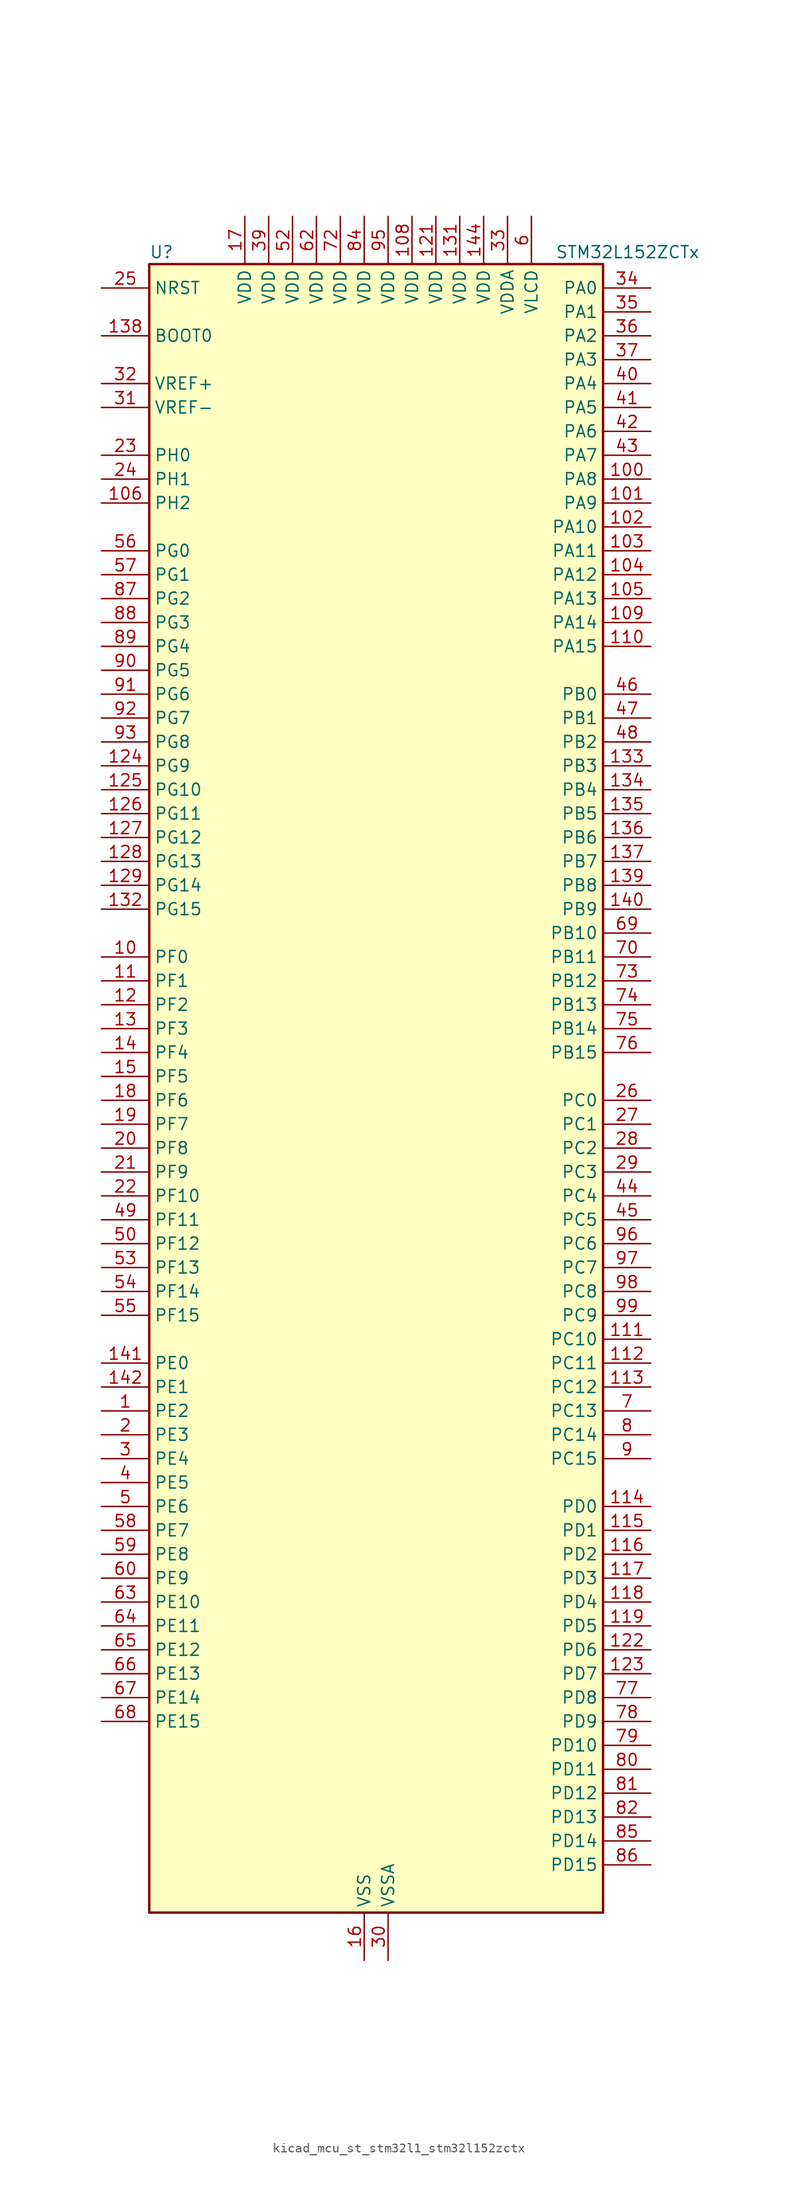
<source format=kicad_sym>
(kicad_symbol_lib
  (version 20220914)
  (generator kicad_symbol_editor)
  (symbol "kicad_mcu_st_stm32l1_stm32l152zctx"
    (property "Reference" "U"
      (at -22.86 90.17 0)
      (effects (font (size 1.27 1.27)) (justify left)))
    (property "Value" "STM32L152ZCTx"
      (at 20.32 90.17 0)
      (effects (font (size 1.27 1.27)) (justify left)))
    (property "ki_locked" ""
      (at 0 0 0)
      (effects (font (size 1.27 1.27))))
    (symbol "kicad_mcu_st_stm32l1_stm32l152zctx_0_1"
      (rectangle (start -22.86 -86.36) (end 25.4 88.9) (stroke (width 0.254) (type default)) (fill (type background))))
    (symbol "kicad_mcu_st_stm32l1_stm32l152zctx_1_1"
      (pin bidirectional line (at -27.94 -33.02 0) (length 5.08) (name "PE2" (effects (font (size 1.27 1.27)))) (number "1" (effects (font (size 1.27 1.27)))) (alternate "LCD_SEG38" bidirectional line) (alternate "SYS_TRACECK" bidirectional line) (alternate "TIM3_ETR" bidirectional line) (alternate "TIMX_IC3" bidirectional line))
      (pin bidirectional line (at -27.94 15.24 0) (length 5.08) (name "PF0" (effects (font (size 1.27 1.27)))) (number "10" (effects (font (size 1.27 1.27)))))
      (pin bidirectional line (at 30.48 66.04 180) (length 5.08) (name "PA8" (effects (font (size 1.27 1.27)))) (number "100" (effects (font (size 1.27 1.27)))) (alternate "LCD_COM0" bidirectional line) (alternate "RCC_MCO" bidirectional line) (alternate "TIMX_IC1" bidirectional line) (alternate "TS_G4_IO1" bidirectional line) (alternate "USART1_CK" bidirectional line))
      (pin bidirectional line (at 30.48 63.5 180) (length 5.08) (name "PA9" (effects (font (size 1.27 1.27)))) (number "101" (effects (font (size 1.27 1.27)))) (alternate "DAC_EXTI9" bidirectional line) (alternate "LCD_COM1" bidirectional line) (alternate "TIMX_IC2" bidirectional line) (alternate "TS_G4_IO2" bidirectional line) (alternate "USART1_TX" bidirectional line))
      (pin bidirectional line (at 30.48 60.96 180) (length 5.08) (name "PA10" (effects (font (size 1.27 1.27)))) (number "102" (effects (font (size 1.27 1.27)))) (alternate "LCD_COM2" bidirectional line) (alternate "TIMX_IC3" bidirectional line) (alternate "TS_G4_IO3" bidirectional line) (alternate "USART1_RX" bidirectional line))
      (pin bidirectional line (at 30.48 58.42 180) (length 5.08) (name "PA11" (effects (font (size 1.27 1.27)))) (number "103" (effects (font (size 1.27 1.27)))) (alternate "ADC_EXTI11" bidirectional line) (alternate "SPI1_MISO" bidirectional line) (alternate "TIMX_IC4" bidirectional line) (alternate "USART1_CTS" bidirectional line) (alternate "USB_DM" bidirectional line))
      (pin bidirectional line (at 30.48 55.88 180) (length 5.08) (name "PA12" (effects (font (size 1.27 1.27)))) (number "104" (effects (font (size 1.27 1.27)))) (alternate "SPI1_MOSI" bidirectional line) (alternate "TIMX_IC1" bidirectional line) (alternate "USART1_RTS" bidirectional line) (alternate "USB_DP" bidirectional line))
      (pin bidirectional line (at 30.48 53.34 180) (length 5.08) (name "PA13" (effects (font (size 1.27 1.27)))) (number "105" (effects (font (size 1.27 1.27)))) (alternate "SYS_JTMS-SWDIO" bidirectional line) (alternate "TIMX_IC2" bidirectional line) (alternate "TS_G5_IO1" bidirectional line))
      (pin bidirectional line (at -27.94 63.5 0) (length 5.08) (name "PH2" (effects (font (size 1.27 1.27)))) (number "106" (effects (font (size 1.27 1.27)))))
      (pin passive line (at 0 -91.44 90) (length 5.08) hide (name "VSS" (effects (font (size 1.27 1.27)))) (number "107" (effects (font (size 1.27 1.27)))))
      (pin power_in line (at 5.08 93.98 270) (length 5.08) (name "VDD" (effects (font (size 1.27 1.27)))) (number "108" (effects (font (size 1.27 1.27)))))
      (pin bidirectional line (at 30.48 50.8 180) (length 5.08) (name "PA14" (effects (font (size 1.27 1.27)))) (number "109" (effects (font (size 1.27 1.27)))) (alternate "SYS_JTCK-SWCLK" bidirectional line) (alternate "TIMX_IC3" bidirectional line) (alternate "TS_G5_IO2" bidirectional line))
      (pin bidirectional line (at -27.94 12.7 0) (length 5.08) (name "PF1" (effects (font (size 1.27 1.27)))) (number "11" (effects (font (size 1.27 1.27)))))
      (pin bidirectional line (at 30.48 48.26 180) (length 5.08) (name "PA15" (effects (font (size 1.27 1.27)))) (number "110" (effects (font (size 1.27 1.27)))) (alternate "ADC_EXTI15" bidirectional line) (alternate "I2S3_WS" bidirectional line) (alternate "LCD_SEG17" bidirectional line) (alternate "SPI1_NSS" bidirectional line) (alternate "SPI3_NSS" bidirectional line) (alternate "SYS_JTDI" bidirectional line) (alternate "TIM2_CH1" bidirectional line) (alternate "TIM2_ETR" bidirectional line) (alternate "TIMX_IC4" bidirectional line) (alternate "TS_G5_IO3" bidirectional line))
      (pin bidirectional line (at 30.48 -25.4 180) (length 5.08) (name "PC10" (effects (font (size 1.27 1.27)))) (number "111" (effects (font (size 1.27 1.27)))) (alternate "I2S3_CK" bidirectional line) (alternate "LCD_COM4" bidirectional line) (alternate "LCD_SEG28" bidirectional line) (alternate "LCD_SEG40" bidirectional line) (alternate "SPI3_SCK" bidirectional line) (alternate "TIMX_IC3" bidirectional line) (alternate "USART3_TX" bidirectional line))
      (pin bidirectional line (at 30.48 -27.94 180) (length 5.08) (name "PC11" (effects (font (size 1.27 1.27)))) (number "112" (effects (font (size 1.27 1.27)))) (alternate "ADC_EXTI11" bidirectional line) (alternate "LCD_COM5" bidirectional line) (alternate "LCD_SEG29" bidirectional line) (alternate "LCD_SEG41" bidirectional line) (alternate "SPI3_MISO" bidirectional line) (alternate "TIMX_IC4" bidirectional line) (alternate "USART3_RX" bidirectional line))
      (pin bidirectional line (at 30.48 -30.48 180) (length 5.08) (name "PC12" (effects (font (size 1.27 1.27)))) (number "113" (effects (font (size 1.27 1.27)))) (alternate "I2S3_SD" bidirectional line) (alternate "LCD_COM6" bidirectional line) (alternate "LCD_SEG30" bidirectional line) (alternate "LCD_SEG42" bidirectional line) (alternate "SPI3_MOSI" bidirectional line) (alternate "TIMX_IC1" bidirectional line) (alternate "USART3_CK" bidirectional line))
      (pin bidirectional line (at 30.48 -43.18 180) (length 5.08) (name "PD0" (effects (font (size 1.27 1.27)))) (number "114" (effects (font (size 1.27 1.27)))) (alternate "I2S2_WS" bidirectional line) (alternate "SPI2_NSS" bidirectional line) (alternate "TIM9_CH1" bidirectional line) (alternate "TIMX_IC1" bidirectional line))
      (pin bidirectional line (at 30.48 -45.72 180) (length 5.08) (name "PD1" (effects (font (size 1.27 1.27)))) (number "115" (effects (font (size 1.27 1.27)))) (alternate "I2S2_CK" bidirectional line) (alternate "SPI2_SCK" bidirectional line) (alternate "TIMX_IC2" bidirectional line))
      (pin bidirectional line (at 30.48 -48.26 180) (length 5.08) (name "PD2" (effects (font (size 1.27 1.27)))) (number "116" (effects (font (size 1.27 1.27)))) (alternate "LCD_COM7" bidirectional line) (alternate "LCD_SEG31" bidirectional line) (alternate "LCD_SEG43" bidirectional line) (alternate "TIM3_ETR" bidirectional line) (alternate "TIMX_IC3" bidirectional line))
      (pin bidirectional line (at 30.48 -50.8 180) (length 5.08) (name "PD3" (effects (font (size 1.27 1.27)))) (number "117" (effects (font (size 1.27 1.27)))) (alternate "SPI2_MISO" bidirectional line) (alternate "TIMX_IC4" bidirectional line) (alternate "USART2_CTS" bidirectional line))
      (pin bidirectional line (at 30.48 -53.34 180) (length 5.08) (name "PD4" (effects (font (size 1.27 1.27)))) (number "118" (effects (font (size 1.27 1.27)))) (alternate "I2S2_SD" bidirectional line) (alternate "SPI2_MOSI" bidirectional line) (alternate "TIMX_IC1" bidirectional line) (alternate "USART2_RTS" bidirectional line))
      (pin bidirectional line (at 30.48 -55.88 180) (length 5.08) (name "PD5" (effects (font (size 1.27 1.27)))) (number "119" (effects (font (size 1.27 1.27)))) (alternate "TIMX_IC2" bidirectional line) (alternate "USART2_TX" bidirectional line))
      (pin bidirectional line (at -27.94 10.16 0) (length 5.08) (name "PF2" (effects (font (size 1.27 1.27)))) (number "12" (effects (font (size 1.27 1.27)))))
      (pin passive line (at 0 -91.44 90) (length 5.08) hide (name "VSS" (effects (font (size 1.27 1.27)))) (number "120" (effects (font (size 1.27 1.27)))))
      (pin power_in line (at 7.62 93.98 270) (length 5.08) (name "VDD" (effects (font (size 1.27 1.27)))) (number "121" (effects (font (size 1.27 1.27)))))
      (pin bidirectional line (at 30.48 -58.42 180) (length 5.08) (name "PD6" (effects (font (size 1.27 1.27)))) (number "122" (effects (font (size 1.27 1.27)))) (alternate "TIMX_IC3" bidirectional line) (alternate "USART2_RX" bidirectional line))
      (pin bidirectional line (at 30.48 -60.96 180) (length 5.08) (name "PD7" (effects (font (size 1.27 1.27)))) (number "123" (effects (font (size 1.27 1.27)))) (alternate "TIM9_CH2" bidirectional line) (alternate "TIMX_IC4" bidirectional line) (alternate "USART2_CK" bidirectional line))
      (pin bidirectional line (at -27.94 35.56 0) (length 5.08) (name "PG9" (effects (font (size 1.27 1.27)))) (number "124" (effects (font (size 1.27 1.27)))) (alternate "DAC_EXTI9" bidirectional line))
      (pin bidirectional line (at -27.94 33.02 0) (length 5.08) (name "PG10" (effects (font (size 1.27 1.27)))) (number "125" (effects (font (size 1.27 1.27)))))
      (pin bidirectional line (at -27.94 30.48 0) (length 5.08) (name "PG11" (effects (font (size 1.27 1.27)))) (number "126" (effects (font (size 1.27 1.27)))) (alternate "ADC_EXTI11" bidirectional line))
      (pin bidirectional line (at -27.94 27.94 0) (length 5.08) (name "PG12" (effects (font (size 1.27 1.27)))) (number "127" (effects (font (size 1.27 1.27)))))
      (pin bidirectional line (at -27.94 25.4 0) (length 5.08) (name "PG13" (effects (font (size 1.27 1.27)))) (number "128" (effects (font (size 1.27 1.27)))))
      (pin bidirectional line (at -27.94 22.86 0) (length 5.08) (name "PG14" (effects (font (size 1.27 1.27)))) (number "129" (effects (font (size 1.27 1.27)))))
      (pin bidirectional line (at -27.94 7.62 0) (length 5.08) (name "PF3" (effects (font (size 1.27 1.27)))) (number "13" (effects (font (size 1.27 1.27)))))
      (pin passive line (at 0 -91.44 90) (length 5.08) hide (name "VSS" (effects (font (size 1.27 1.27)))) (number "130" (effects (font (size 1.27 1.27)))))
      (pin power_in line (at 10.16 93.98 270) (length 5.08) (name "VDD" (effects (font (size 1.27 1.27)))) (number "131" (effects (font (size 1.27 1.27)))))
      (pin bidirectional line (at -27.94 20.32 0) (length 5.08) (name "PG15" (effects (font (size 1.27 1.27)))) (number "132" (effects (font (size 1.27 1.27)))) (alternate "ADC_EXTI15" bidirectional line))
      (pin bidirectional line (at 30.48 35.56 180) (length 5.08) (name "PB3" (effects (font (size 1.27 1.27)))) (number "133" (effects (font (size 1.27 1.27)))) (alternate "COMP2_INM" bidirectional line) (alternate "I2S3_CK" bidirectional line) (alternate "LCD_SEG7" bidirectional line) (alternate "SPI1_SCK" bidirectional line) (alternate "SPI3_SCK" bidirectional line) (alternate "SYS_JTDO-TRACESWO" bidirectional line) (alternate "TIM2_CH2" bidirectional line))
      (pin bidirectional line (at 30.48 33.02 180) (length 5.08) (name "PB4" (effects (font (size 1.27 1.27)))) (number "134" (effects (font (size 1.27 1.27)))) (alternate "COMP2_INP" bidirectional line) (alternate "LCD_SEG8" bidirectional line) (alternate "SPI1_MISO" bidirectional line) (alternate "SPI3_MISO" bidirectional line) (alternate "SYS_JTRST" bidirectional line) (alternate "TIM3_CH1" bidirectional line) (alternate "TS_G6_IO1" bidirectional line))
      (pin bidirectional line (at 30.48 30.48 180) (length 5.08) (name "PB5" (effects (font (size 1.27 1.27)))) (number "135" (effects (font (size 1.27 1.27)))) (alternate "COMP2_INP" bidirectional line) (alternate "I2C1_SMBA" bidirectional line) (alternate "I2S3_SD" bidirectional line) (alternate "LCD_SEG9" bidirectional line) (alternate "SPI1_MOSI" bidirectional line) (alternate "SPI3_MOSI" bidirectional line) (alternate "TIM3_CH2" bidirectional line) (alternate "TS_G6_IO2" bidirectional line))
      (pin bidirectional line (at 30.48 27.94 180) (length 5.08) (name "PB6" (effects (font (size 1.27 1.27)))) (number "136" (effects (font (size 1.27 1.27)))) (alternate "COMP2_INP" bidirectional line) (alternate "I2C1_SCL" bidirectional line) (alternate "TIM4_CH1" bidirectional line) (alternate "TS_G6_IO3" bidirectional line) (alternate "USART1_TX" bidirectional line))
      (pin bidirectional line (at 30.48 25.4 180) (length 5.08) (name "PB7" (effects (font (size 1.27 1.27)))) (number "137" (effects (font (size 1.27 1.27)))) (alternate "COMP2_INP" bidirectional line) (alternate "I2C1_SDA" bidirectional line) (alternate "SYS_PVD_IN" bidirectional line) (alternate "TIM4_CH2" bidirectional line) (alternate "TS_G6_IO4" bidirectional line) (alternate "USART1_RX" bidirectional line))
      (pin input line (at -27.94 81.28 0) (length 5.08) (name "BOOT0" (effects (font (size 1.27 1.27)))) (number "138" (effects (font (size 1.27 1.27)))))
      (pin bidirectional line (at 30.48 22.86 180) (length 5.08) (name "PB8" (effects (font (size 1.27 1.27)))) (number "139" (effects (font (size 1.27 1.27)))) (alternate "I2C1_SCL" bidirectional line) (alternate "LCD_SEG16" bidirectional line) (alternate "TIM10_CH1" bidirectional line) (alternate "TIM4_CH3" bidirectional line))
      (pin bidirectional line (at -27.94 5.08 0) (length 5.08) (name "PF4" (effects (font (size 1.27 1.27)))) (number "14" (effects (font (size 1.27 1.27)))))
      (pin bidirectional line (at 30.48 20.32 180) (length 5.08) (name "PB9" (effects (font (size 1.27 1.27)))) (number "140" (effects (font (size 1.27 1.27)))) (alternate "DAC_EXTI9" bidirectional line) (alternate "I2C1_SDA" bidirectional line) (alternate "LCD_COM3" bidirectional line) (alternate "TIM11_CH1" bidirectional line) (alternate "TIM4_CH4" bidirectional line))
      (pin bidirectional line (at -27.94 -27.94 0) (length 5.08) (name "PE0" (effects (font (size 1.27 1.27)))) (number "141" (effects (font (size 1.27 1.27)))) (alternate "LCD_SEG36" bidirectional line) (alternate "TIM10_CH1" bidirectional line) (alternate "TIM4_ETR" bidirectional line) (alternate "TIMX_IC1" bidirectional line))
      (pin bidirectional line (at -27.94 -30.48 0) (length 5.08) (name "PE1" (effects (font (size 1.27 1.27)))) (number "142" (effects (font (size 1.27 1.27)))) (alternate "LCD_SEG37" bidirectional line) (alternate "TIM11_CH1" bidirectional line) (alternate "TIMX_IC2" bidirectional line))
      (pin passive line (at 0 -91.44 90) (length 5.08) hide (name "VSS" (effects (font (size 1.27 1.27)))) (number "143" (effects (font (size 1.27 1.27)))))
      (pin power_in line (at 12.7 93.98 270) (length 5.08) (name "VDD" (effects (font (size 1.27 1.27)))) (number "144" (effects (font (size 1.27 1.27)))))
      (pin bidirectional line (at -27.94 2.54 0) (length 5.08) (name "PF5" (effects (font (size 1.27 1.27)))) (number "15" (effects (font (size 1.27 1.27)))))
      (pin power_in line (at 0 -91.44 90) (length 5.08) (name "VSS" (effects (font (size 1.27 1.27)))) (number "16" (effects (font (size 1.27 1.27)))))
      (pin power_in line (at -12.7 93.98 270) (length 5.08) (name "VDD" (effects (font (size 1.27 1.27)))) (number "17" (effects (font (size 1.27 1.27)))))
      (pin bidirectional line (at -27.94 0 0) (length 5.08) (name "PF6" (effects (font (size 1.27 1.27)))) (number "18" (effects (font (size 1.27 1.27)))) (alternate "ADC_IN27" bidirectional line) (alternate "TIM5_CH1" bidirectional line) (alternate "TIM5_ETR" bidirectional line) (alternate "TS_G11_IO1" bidirectional line))
      (pin bidirectional line (at -27.94 -2.54 0) (length 5.08) (name "PF7" (effects (font (size 1.27 1.27)))) (number "19" (effects (font (size 1.27 1.27)))) (alternate "ADC_IN28" bidirectional line) (alternate "COMP1_INP" bidirectional line) (alternate "TIM5_CH2" bidirectional line) (alternate "TS_G11_IO2" bidirectional line))
      (pin bidirectional line (at -27.94 -35.56 0) (length 5.08) (name "PE3" (effects (font (size 1.27 1.27)))) (number "2" (effects (font (size 1.27 1.27)))) (alternate "LCD_SEG39" bidirectional line) (alternate "SYS_TRACED0" bidirectional line) (alternate "TIM3_CH1" bidirectional line) (alternate "TIMX_IC4" bidirectional line))
      (pin bidirectional line (at -27.94 -5.08 0) (length 5.08) (name "PF8" (effects (font (size 1.27 1.27)))) (number "20" (effects (font (size 1.27 1.27)))) (alternate "ADC_IN29" bidirectional line) (alternate "COMP1_INP" bidirectional line) (alternate "TIM5_CH3" bidirectional line) (alternate "TS_G11_IO3" bidirectional line))
      (pin bidirectional line (at -27.94 -7.62 0) (length 5.08) (name "PF9" (effects (font (size 1.27 1.27)))) (number "21" (effects (font (size 1.27 1.27)))) (alternate "ADC_IN30" bidirectional line) (alternate "COMP1_INP" bidirectional line) (alternate "DAC_EXTI9" bidirectional line) (alternate "TIM5_CH4" bidirectional line) (alternate "TS_G11_IO4" bidirectional line))
      (pin bidirectional line (at -27.94 -10.16 0) (length 5.08) (name "PF10" (effects (font (size 1.27 1.27)))) (number "22" (effects (font (size 1.27 1.27)))) (alternate "ADC_IN31" bidirectional line) (alternate "COMP1_INP" bidirectional line) (alternate "TS_G11_IO5" bidirectional line))
      (pin bidirectional line (at -27.94 68.58 0) (length 5.08) (name "PH0" (effects (font (size 1.27 1.27)))) (number "23" (effects (font (size 1.27 1.27)))) (alternate "RCC_OSC_IN" bidirectional line))
      (pin bidirectional line (at -27.94 66.04 0) (length 5.08) (name "PH1" (effects (font (size 1.27 1.27)))) (number "24" (effects (font (size 1.27 1.27)))) (alternate "RCC_OSC_OUT" bidirectional line))
      (pin input line (at -27.94 86.36 0) (length 5.08) (name "NRST" (effects (font (size 1.27 1.27)))) (number "25" (effects (font (size 1.27 1.27)))))
      (pin bidirectional line (at 30.48 0 180) (length 5.08) (name "PC0" (effects (font (size 1.27 1.27)))) (number "26" (effects (font (size 1.27 1.27)))) (alternate "ADC_IN10" bidirectional line) (alternate "COMP1_INP" bidirectional line) (alternate "LCD_SEG18" bidirectional line) (alternate "TIMX_IC1" bidirectional line) (alternate "TS_G8_IO1" bidirectional line))
      (pin bidirectional line (at 30.48 -2.54 180) (length 5.08) (name "PC1" (effects (font (size 1.27 1.27)))) (number "27" (effects (font (size 1.27 1.27)))) (alternate "ADC_IN11" bidirectional line) (alternate "COMP1_INP" bidirectional line) (alternate "LCD_SEG19" bidirectional line) (alternate "TIMX_IC2" bidirectional line) (alternate "TS_G8_IO2" bidirectional line))
      (pin bidirectional line (at 30.48 -5.08 180) (length 5.08) (name "PC2" (effects (font (size 1.27 1.27)))) (number "28" (effects (font (size 1.27 1.27)))) (alternate "ADC_IN12" bidirectional line) (alternate "COMP1_INP" bidirectional line) (alternate "LCD_SEG20" bidirectional line) (alternate "TIMX_IC3" bidirectional line) (alternate "TS_G8_IO3" bidirectional line))
      (pin bidirectional line (at 30.48 -7.62 180) (length 5.08) (name "PC3" (effects (font (size 1.27 1.27)))) (number "29" (effects (font (size 1.27 1.27)))) (alternate "ADC_IN13" bidirectional line) (alternate "COMP1_INP" bidirectional line) (alternate "LCD_SEG21" bidirectional line) (alternate "TIMX_IC4" bidirectional line) (alternate "TS_G8_IO4" bidirectional line))
      (pin bidirectional line (at -27.94 -38.1 0) (length 5.08) (name "PE4" (effects (font (size 1.27 1.27)))) (number "3" (effects (font (size 1.27 1.27)))) (alternate "SYS_TRACED1" bidirectional line) (alternate "TIM3_CH2" bidirectional line) (alternate "TIMX_IC1" bidirectional line))
      (pin power_in line (at 2.54 -91.44 90) (length 5.08) (name "VSSA" (effects (font (size 1.27 1.27)))) (number "30" (effects (font (size 1.27 1.27)))))
      (pin input line (at -27.94 73.66 0) (length 5.08) (name "VREF-" (effects (font (size 1.27 1.27)))) (number "31" (effects (font (size 1.27 1.27)))))
      (pin input line (at -27.94 76.2 0) (length 5.08) (name "VREF+" (effects (font (size 1.27 1.27)))) (number "32" (effects (font (size 1.27 1.27)))))
      (pin power_in line (at 15.24 93.98 270) (length 5.08) (name "VDDA" (effects (font (size 1.27 1.27)))) (number "33" (effects (font (size 1.27 1.27)))))
      (pin bidirectional line (at 30.48 86.36 180) (length 5.08) (name "PA0" (effects (font (size 1.27 1.27)))) (number "34" (effects (font (size 1.27 1.27)))) (alternate "ADC_IN0" bidirectional line) (alternate "COMP1_INP" bidirectional line) (alternate "RTC_TAMP2" bidirectional line) (alternate "SYS_WKUP1" bidirectional line) (alternate "TIM2_CH1" bidirectional line) (alternate "TIM2_ETR" bidirectional line) (alternate "TIM5_CH1" bidirectional line) (alternate "TIMX_IC1" bidirectional line) (alternate "TS_G1_IO1" bidirectional line) (alternate "USART2_CTS" bidirectional line))
      (pin bidirectional line (at 30.48 83.82 180) (length 5.08) (name "PA1" (effects (font (size 1.27 1.27)))) (number "35" (effects (font (size 1.27 1.27)))) (alternate "ADC_IN1" bidirectional line) (alternate "COMP1_INP" bidirectional line) (alternate "LCD_SEG0" bidirectional line) (alternate "OPAMP1_VINP" bidirectional line) (alternate "TIM2_CH2" bidirectional line) (alternate "TIM5_CH2" bidirectional line) (alternate "TIMX_IC2" bidirectional line) (alternate "TS_G1_IO2" bidirectional line) (alternate "USART2_RTS" bidirectional line))
      (pin bidirectional line (at 30.48 81.28 180) (length 5.08) (name "PA2" (effects (font (size 1.27 1.27)))) (number "36" (effects (font (size 1.27 1.27)))) (alternate "ADC_IN2" bidirectional line) (alternate "COMP1_INP" bidirectional line) (alternate "LCD_SEG1" bidirectional line) (alternate "OPAMP1_VINM" bidirectional line) (alternate "TIM2_CH3" bidirectional line) (alternate "TIM5_CH3" bidirectional line) (alternate "TIM9_CH1" bidirectional line) (alternate "TIMX_IC3" bidirectional line) (alternate "TS_G1_IO3" bidirectional line) (alternate "USART2_TX" bidirectional line))
      (pin bidirectional line (at 30.48 78.74 180) (length 5.08) (name "PA3" (effects (font (size 1.27 1.27)))) (number "37" (effects (font (size 1.27 1.27)))) (alternate "ADC_IN3" bidirectional line) (alternate "COMP1_INP" bidirectional line) (alternate "LCD_SEG2" bidirectional line) (alternate "OPAMP1_VOUT" bidirectional line) (alternate "TIM2_CH4" bidirectional line) (alternate "TIM5_CH4" bidirectional line) (alternate "TIM9_CH2" bidirectional line) (alternate "TIMX_IC4" bidirectional line) (alternate "TS_G1_IO4" bidirectional line) (alternate "USART2_RX" bidirectional line))
      (pin passive line (at 0 -91.44 90) (length 5.08) hide (name "VSS" (effects (font (size 1.27 1.27)))) (number "38" (effects (font (size 1.27 1.27)))))
      (pin power_in line (at -10.16 93.98 270) (length 5.08) (name "VDD" (effects (font (size 1.27 1.27)))) (number "39" (effects (font (size 1.27 1.27)))))
      (pin bidirectional line (at -27.94 -40.64 0) (length 5.08) (name "PE5" (effects (font (size 1.27 1.27)))) (number "4" (effects (font (size 1.27 1.27)))) (alternate "SYS_TRACED2" bidirectional line) (alternate "TIM9_CH1" bidirectional line) (alternate "TIMX_IC2" bidirectional line))
      (pin bidirectional line (at 30.48 76.2 180) (length 5.08) (name "PA4" (effects (font (size 1.27 1.27)))) (number "40" (effects (font (size 1.27 1.27)))) (alternate "ADC_IN4" bidirectional line) (alternate "COMP1_INP" bidirectional line) (alternate "DAC_OUT1" bidirectional line) (alternate "I2S3_WS" bidirectional line) (alternate "SPI1_NSS" bidirectional line) (alternate "SPI3_NSS" bidirectional line) (alternate "TIMX_IC1" bidirectional line) (alternate "USART2_CK" bidirectional line))
      (pin bidirectional line (at 30.48 73.66 180) (length 5.08) (name "PA5" (effects (font (size 1.27 1.27)))) (number "41" (effects (font (size 1.27 1.27)))) (alternate "ADC_IN5" bidirectional line) (alternate "COMP1_INP" bidirectional line) (alternate "DAC_OUT2" bidirectional line) (alternate "SPI1_SCK" bidirectional line) (alternate "TIM2_CH1" bidirectional line) (alternate "TIM2_ETR" bidirectional line) (alternate "TIMX_IC2" bidirectional line))
      (pin bidirectional line (at 30.48 71.12 180) (length 5.08) (name "PA6" (effects (font (size 1.27 1.27)))) (number "42" (effects (font (size 1.27 1.27)))) (alternate "ADC_IN6" bidirectional line) (alternate "COMP1_INP" bidirectional line) (alternate "LCD_SEG3" bidirectional line) (alternate "OPAMP2_VINP" bidirectional line) (alternate "SPI1_MISO" bidirectional line) (alternate "TIM10_CH1" bidirectional line) (alternate "TIM3_CH1" bidirectional line) (alternate "TIMX_IC3" bidirectional line) (alternate "TS_G2_IO1" bidirectional line))
      (pin bidirectional line (at 30.48 68.58 180) (length 5.08) (name "PA7" (effects (font (size 1.27 1.27)))) (number "43" (effects (font (size 1.27 1.27)))) (alternate "ADC_IN7" bidirectional line) (alternate "COMP1_INP" bidirectional line) (alternate "LCD_SEG4" bidirectional line) (alternate "OPAMP2_VINM" bidirectional line) (alternate "SPI1_MOSI" bidirectional line) (alternate "TIM11_CH1" bidirectional line) (alternate "TIM3_CH2" bidirectional line) (alternate "TIMX_IC4" bidirectional line) (alternate "TS_G2_IO2" bidirectional line))
      (pin bidirectional line (at 30.48 -10.16 180) (length 5.08) (name "PC4" (effects (font (size 1.27 1.27)))) (number "44" (effects (font (size 1.27 1.27)))) (alternate "ADC_IN14" bidirectional line) (alternate "COMP1_INP" bidirectional line) (alternate "LCD_SEG22" bidirectional line) (alternate "TIMX_IC1" bidirectional line) (alternate "TS_G9_IO1" bidirectional line))
      (pin bidirectional line (at 30.48 -12.7 180) (length 5.08) (name "PC5" (effects (font (size 1.27 1.27)))) (number "45" (effects (font (size 1.27 1.27)))) (alternate "ADC_IN15" bidirectional line) (alternate "COMP1_INP" bidirectional line) (alternate "LCD_SEG23" bidirectional line) (alternate "TIMX_IC2" bidirectional line) (alternate "TS_G9_IO2" bidirectional line))
      (pin bidirectional line (at 30.48 43.18 180) (length 5.08) (name "PB0" (effects (font (size 1.27 1.27)))) (number "46" (effects (font (size 1.27 1.27)))) (alternate "ADC_IN8" bidirectional line) (alternate "COMP1_INP" bidirectional line) (alternate "LCD_SEG5" bidirectional line) (alternate "OPAMP2_VOUT" bidirectional line) (alternate "SYS_V_REF_OUT" bidirectional line) (alternate "TIM3_CH3" bidirectional line) (alternate "TS_G3_IO1" bidirectional line))
      (pin bidirectional line (at 30.48 40.64 180) (length 5.08) (name "PB1" (effects (font (size 1.27 1.27)))) (number "47" (effects (font (size 1.27 1.27)))) (alternate "ADC_IN9" bidirectional line) (alternate "COMP1_INP" bidirectional line) (alternate "LCD_SEG6" bidirectional line) (alternate "SYS_V_REF_OUT" bidirectional line) (alternate "TIM3_CH4" bidirectional line) (alternate "TS_G3_IO2" bidirectional line))
      (pin bidirectional line (at 30.48 38.1 180) (length 5.08) (name "PB2" (effects (font (size 1.27 1.27)))) (number "48" (effects (font (size 1.27 1.27)))) (alternate "ADC_IN0b" bidirectional line) (alternate "TS_G3_IO3" bidirectional line))
      (pin bidirectional line (at -27.94 -12.7 0) (length 5.08) (name "PF11" (effects (font (size 1.27 1.27)))) (number "49" (effects (font (size 1.27 1.27)))) (alternate "ADC_EXTI11" bidirectional line) (alternate "ADC_IN1b" bidirectional line) (alternate "TS_G3_IO4" bidirectional line))
      (pin bidirectional line (at -27.94 -43.18 0) (length 5.08) (name "PE6" (effects (font (size 1.27 1.27)))) (number "5" (effects (font (size 1.27 1.27)))) (alternate "RTC_TAMP3" bidirectional line) (alternate "SYS_TRACED3" bidirectional line) (alternate "SYS_WKUP3" bidirectional line) (alternate "TIM9_CH2" bidirectional line) (alternate "TIMX_IC3" bidirectional line))
      (pin bidirectional line (at -27.94 -15.24 0) (length 5.08) (name "PF12" (effects (font (size 1.27 1.27)))) (number "50" (effects (font (size 1.27 1.27)))) (alternate "ADC_IN2b" bidirectional line) (alternate "TS_G3_IO5" bidirectional line))
      (pin passive line (at 0 -91.44 90) (length 5.08) hide (name "VSS" (effects (font (size 1.27 1.27)))) (number "51" (effects (font (size 1.27 1.27)))))
      (pin power_in line (at -7.62 93.98 270) (length 5.08) (name "VDD" (effects (font (size 1.27 1.27)))) (number "52" (effects (font (size 1.27 1.27)))))
      (pin bidirectional line (at -27.94 -17.78 0) (length 5.08) (name "PF13" (effects (font (size 1.27 1.27)))) (number "53" (effects (font (size 1.27 1.27)))) (alternate "ADC_IN3b" bidirectional line) (alternate "TS_G9_IO3" bidirectional line))
      (pin bidirectional line (at -27.94 -20.32 0) (length 5.08) (name "PF14" (effects (font (size 1.27 1.27)))) (number "54" (effects (font (size 1.27 1.27)))) (alternate "ADC_IN6b" bidirectional line) (alternate "TS_G9_IO4" bidirectional line))
      (pin bidirectional line (at -27.94 -22.86 0) (length 5.08) (name "PF15" (effects (font (size 1.27 1.27)))) (number "55" (effects (font (size 1.27 1.27)))) (alternate "ADC_EXTI15" bidirectional line) (alternate "ADC_IN7b" bidirectional line) (alternate "TS_G2_IO3" bidirectional line))
      (pin bidirectional line (at -27.94 58.42 0) (length 5.08) (name "PG0" (effects (font (size 1.27 1.27)))) (number "56" (effects (font (size 1.27 1.27)))) (alternate "ADC_IN8b" bidirectional line) (alternate "TS_G2_IO4" bidirectional line))
      (pin bidirectional line (at -27.94 55.88 0) (length 5.08) (name "PG1" (effects (font (size 1.27 1.27)))) (number "57" (effects (font (size 1.27 1.27)))) (alternate "ADC_IN9b" bidirectional line) (alternate "TS_G2_IO5" bidirectional line))
      (pin bidirectional line (at -27.94 -45.72 0) (length 5.08) (name "PE7" (effects (font (size 1.27 1.27)))) (number "58" (effects (font (size 1.27 1.27)))) (alternate "ADC_IN22" bidirectional line) (alternate "COMP1_INP" bidirectional line) (alternate "TIMX_IC4" bidirectional line))
      (pin bidirectional line (at -27.94 -48.26 0) (length 5.08) (name "PE8" (effects (font (size 1.27 1.27)))) (number "59" (effects (font (size 1.27 1.27)))) (alternate "ADC_IN23" bidirectional line) (alternate "COMP1_INP" bidirectional line) (alternate "TIMX_IC1" bidirectional line))
      (pin power_in line (at 17.78 93.98 270) (length 5.08) (name "VLCD" (effects (font (size 1.27 1.27)))) (number "6" (effects (font (size 1.27 1.27)))))
      (pin bidirectional line (at -27.94 -50.8 0) (length 5.08) (name "PE9" (effects (font (size 1.27 1.27)))) (number "60" (effects (font (size 1.27 1.27)))) (alternate "ADC_IN24" bidirectional line) (alternate "COMP1_INP" bidirectional line) (alternate "DAC_EXTI9" bidirectional line) (alternate "TIM2_CH1" bidirectional line) (alternate "TIM2_ETR" bidirectional line) (alternate "TIMX_IC2" bidirectional line))
      (pin passive line (at 0 -91.44 90) (length 5.08) hide (name "VSS" (effects (font (size 1.27 1.27)))) (number "61" (effects (font (size 1.27 1.27)))))
      (pin power_in line (at -5.08 93.98 270) (length 5.08) (name "VDD" (effects (font (size 1.27 1.27)))) (number "62" (effects (font (size 1.27 1.27)))))
      (pin bidirectional line (at -27.94 -53.34 0) (length 5.08) (name "PE10" (effects (font (size 1.27 1.27)))) (number "63" (effects (font (size 1.27 1.27)))) (alternate "ADC_IN25" bidirectional line) (alternate "COMP1_INP" bidirectional line) (alternate "TIM2_CH2" bidirectional line) (alternate "TIMX_IC3" bidirectional line))
      (pin bidirectional line (at -27.94 -55.88 0) (length 5.08) (name "PE11" (effects (font (size 1.27 1.27)))) (number "64" (effects (font (size 1.27 1.27)))) (alternate "ADC_EXTI11" bidirectional line) (alternate "TIM2_CH3" bidirectional line) (alternate "TIMX_IC4" bidirectional line))
      (pin bidirectional line (at -27.94 -58.42 0) (length 5.08) (name "PE12" (effects (font (size 1.27 1.27)))) (number "65" (effects (font (size 1.27 1.27)))) (alternate "SPI1_NSS" bidirectional line) (alternate "TIM2_CH4" bidirectional line) (alternate "TIMX_IC1" bidirectional line))
      (pin bidirectional line (at -27.94 -60.96 0) (length 5.08) (name "PE13" (effects (font (size 1.27 1.27)))) (number "66" (effects (font (size 1.27 1.27)))) (alternate "SPI1_SCK" bidirectional line) (alternate "TIMX_IC2" bidirectional line))
      (pin bidirectional line (at -27.94 -63.5 0) (length 5.08) (name "PE14" (effects (font (size 1.27 1.27)))) (number "67" (effects (font (size 1.27 1.27)))) (alternate "SPI1_MISO" bidirectional line) (alternate "TIMX_IC3" bidirectional line))
      (pin bidirectional line (at -27.94 -66.04 0) (length 5.08) (name "PE15" (effects (font (size 1.27 1.27)))) (number "68" (effects (font (size 1.27 1.27)))) (alternate "ADC_EXTI15" bidirectional line) (alternate "SPI1_MOSI" bidirectional line) (alternate "TIMX_IC4" bidirectional line))
      (pin bidirectional line (at 30.48 17.78 180) (length 5.08) (name "PB10" (effects (font (size 1.27 1.27)))) (number "69" (effects (font (size 1.27 1.27)))) (alternate "I2C2_SCL" bidirectional line) (alternate "LCD_SEG10" bidirectional line) (alternate "TIM2_CH3" bidirectional line) (alternate "USART3_TX" bidirectional line))
      (pin bidirectional line (at 30.48 -33.02 180) (length 5.08) (name "PC13" (effects (font (size 1.27 1.27)))) (number "7" (effects (font (size 1.27 1.27)))) (alternate "RTC_OUT_ALARM" bidirectional line) (alternate "RTC_OUT_CALIB" bidirectional line) (alternate "RTC_TAMP1" bidirectional line) (alternate "RTC_TS" bidirectional line) (alternate "SYS_WKUP2" bidirectional line) (alternate "TIMX_IC2" bidirectional line))
      (pin bidirectional line (at 30.48 15.24 180) (length 5.08) (name "PB11" (effects (font (size 1.27 1.27)))) (number "70" (effects (font (size 1.27 1.27)))) (alternate "ADC_EXTI11" bidirectional line) (alternate "I2C2_SDA" bidirectional line) (alternate "LCD_SEG11" bidirectional line) (alternate "TIM2_CH4" bidirectional line) (alternate "USART3_RX" bidirectional line))
      (pin passive line (at 0 -91.44 90) (length 5.08) hide (name "VSS" (effects (font (size 1.27 1.27)))) (number "71" (effects (font (size 1.27 1.27)))))
      (pin power_in line (at -2.54 93.98 270) (length 5.08) (name "VDD" (effects (font (size 1.27 1.27)))) (number "72" (effects (font (size 1.27 1.27)))))
      (pin bidirectional line (at 30.48 12.7 180) (length 5.08) (name "PB12" (effects (font (size 1.27 1.27)))) (number "73" (effects (font (size 1.27 1.27)))) (alternate "ADC_IN18" bidirectional line) (alternate "COMP1_INP" bidirectional line) (alternate "I2C2_SMBA" bidirectional line) (alternate "I2S2_WS" bidirectional line) (alternate "LCD_SEG12" bidirectional line) (alternate "SPI2_NSS" bidirectional line) (alternate "TIM10_CH1" bidirectional line) (alternate "TS_G7_IO1" bidirectional line) (alternate "USART3_CK" bidirectional line))
      (pin bidirectional line (at 30.48 10.16 180) (length 5.08) (name "PB13" (effects (font (size 1.27 1.27)))) (number "74" (effects (font (size 1.27 1.27)))) (alternate "ADC_IN19" bidirectional line) (alternate "COMP1_INP" bidirectional line) (alternate "I2S2_CK" bidirectional line) (alternate "LCD_SEG13" bidirectional line) (alternate "SPI2_SCK" bidirectional line) (alternate "TIM9_CH1" bidirectional line) (alternate "TS_G7_IO2" bidirectional line) (alternate "USART3_CTS" bidirectional line))
      (pin bidirectional line (at 30.48 7.62 180) (length 5.08) (name "PB14" (effects (font (size 1.27 1.27)))) (number "75" (effects (font (size 1.27 1.27)))) (alternate "ADC_IN20" bidirectional line) (alternate "COMP1_INP" bidirectional line) (alternate "LCD_SEG14" bidirectional line) (alternate "SPI2_MISO" bidirectional line) (alternate "TIM9_CH2" bidirectional line) (alternate "TS_G7_IO3" bidirectional line) (alternate "USART3_RTS" bidirectional line))
      (pin bidirectional line (at 30.48 5.08 180) (length 5.08) (name "PB15" (effects (font (size 1.27 1.27)))) (number "76" (effects (font (size 1.27 1.27)))) (alternate "ADC_EXTI15" bidirectional line) (alternate "ADC_IN21" bidirectional line) (alternate "COMP1_INP" bidirectional line) (alternate "I2S2_SD" bidirectional line) (alternate "LCD_SEG15" bidirectional line) (alternate "RTC_REFIN" bidirectional line) (alternate "SPI2_MOSI" bidirectional line) (alternate "TIM11_CH1" bidirectional line) (alternate "TS_G7_IO4" bidirectional line))
      (pin bidirectional line (at 30.48 -63.5 180) (length 5.08) (name "PD8" (effects (font (size 1.27 1.27)))) (number "77" (effects (font (size 1.27 1.27)))) (alternate "LCD_SEG28" bidirectional line) (alternate "TIMX_IC1" bidirectional line) (alternate "USART3_TX" bidirectional line))
      (pin bidirectional line (at 30.48 -66.04 180) (length 5.08) (name "PD9" (effects (font (size 1.27 1.27)))) (number "78" (effects (font (size 1.27 1.27)))) (alternate "DAC_EXTI9" bidirectional line) (alternate "LCD_SEG29" bidirectional line) (alternate "TIMX_IC2" bidirectional line) (alternate "USART3_RX" bidirectional line))
      (pin bidirectional line (at 30.48 -68.58 180) (length 5.08) (name "PD10" (effects (font (size 1.27 1.27)))) (number "79" (effects (font (size 1.27 1.27)))) (alternate "LCD_SEG30" bidirectional line) (alternate "TIMX_IC3" bidirectional line) (alternate "USART3_CK" bidirectional line))
      (pin bidirectional line (at 30.48 -35.56 180) (length 5.08) (name "PC14" (effects (font (size 1.27 1.27)))) (number "8" (effects (font (size 1.27 1.27)))) (alternate "RCC_OSC32_IN" bidirectional line) (alternate "TIMX_IC3" bidirectional line))
      (pin bidirectional line (at 30.48 -71.12 180) (length 5.08) (name "PD11" (effects (font (size 1.27 1.27)))) (number "80" (effects (font (size 1.27 1.27)))) (alternate "ADC_EXTI11" bidirectional line) (alternate "LCD_SEG31" bidirectional line) (alternate "TIMX_IC4" bidirectional line) (alternate "USART3_CTS" bidirectional line))
      (pin bidirectional line (at 30.48 -73.66 180) (length 5.08) (name "PD12" (effects (font (size 1.27 1.27)))) (number "81" (effects (font (size 1.27 1.27)))) (alternate "LCD_SEG32" bidirectional line) (alternate "TIM4_CH1" bidirectional line) (alternate "TIMX_IC1" bidirectional line) (alternate "USART3_RTS" bidirectional line))
      (pin bidirectional line (at 30.48 -76.2 180) (length 5.08) (name "PD13" (effects (font (size 1.27 1.27)))) (number "82" (effects (font (size 1.27 1.27)))) (alternate "LCD_SEG33" bidirectional line) (alternate "TIM4_CH2" bidirectional line) (alternate "TIMX_IC2" bidirectional line))
      (pin passive line (at 0 -91.44 90) (length 5.08) hide (name "VSS" (effects (font (size 1.27 1.27)))) (number "83" (effects (font (size 1.27 1.27)))))
      (pin power_in line (at 0 93.98 270) (length 5.08) (name "VDD" (effects (font (size 1.27 1.27)))) (number "84" (effects (font (size 1.27 1.27)))))
      (pin bidirectional line (at 30.48 -78.74 180) (length 5.08) (name "PD14" (effects (font (size 1.27 1.27)))) (number "85" (effects (font (size 1.27 1.27)))) (alternate "LCD_SEG34" bidirectional line) (alternate "TIM4_CH3" bidirectional line) (alternate "TIMX_IC3" bidirectional line))
      (pin bidirectional line (at 30.48 -81.28 180) (length 5.08) (name "PD15" (effects (font (size 1.27 1.27)))) (number "86" (effects (font (size 1.27 1.27)))) (alternate "ADC_EXTI15" bidirectional line) (alternate "LCD_SEG35" bidirectional line) (alternate "TIM4_CH4" bidirectional line) (alternate "TIMX_IC4" bidirectional line))
      (pin bidirectional line (at -27.94 53.34 0) (length 5.08) (name "PG2" (effects (font (size 1.27 1.27)))) (number "87" (effects (font (size 1.27 1.27)))) (alternate "ADC_IN10b" bidirectional line) (alternate "TS_G7_IO5" bidirectional line))
      (pin bidirectional line (at -27.94 50.8 0) (length 5.08) (name "PG3" (effects (font (size 1.27 1.27)))) (number "88" (effects (font (size 1.27 1.27)))) (alternate "ADC_IN11b" bidirectional line) (alternate "TS_G7_IO6" bidirectional line))
      (pin bidirectional line (at -27.94 48.26 0) (length 5.08) (name "PG4" (effects (font (size 1.27 1.27)))) (number "89" (effects (font (size 1.27 1.27)))) (alternate "ADC_IN12b" bidirectional line) (alternate "TS_G7_IO7" bidirectional line))
      (pin bidirectional line (at 30.48 -38.1 180) (length 5.08) (name "PC15" (effects (font (size 1.27 1.27)))) (number "9" (effects (font (size 1.27 1.27)))) (alternate "ADC_EXTI15" bidirectional line) (alternate "RCC_OSC32_OUT" bidirectional line) (alternate "TIMX_IC4" bidirectional line))
      (pin bidirectional line (at -27.94 45.72 0) (length 5.08) (name "PG5" (effects (font (size 1.27 1.27)))) (number "90" (effects (font (size 1.27 1.27)))))
      (pin bidirectional line (at -27.94 43.18 0) (length 5.08) (name "PG6" (effects (font (size 1.27 1.27)))) (number "91" (effects (font (size 1.27 1.27)))))
      (pin bidirectional line (at -27.94 40.64 0) (length 5.08) (name "PG7" (effects (font (size 1.27 1.27)))) (number "92" (effects (font (size 1.27 1.27)))))
      (pin bidirectional line (at -27.94 38.1 0) (length 5.08) (name "PG8" (effects (font (size 1.27 1.27)))) (number "93" (effects (font (size 1.27 1.27)))))
      (pin passive line (at 0 -91.44 90) (length 5.08) hide (name "VSS" (effects (font (size 1.27 1.27)))) (number "94" (effects (font (size 1.27 1.27)))))
      (pin power_in line (at 2.54 93.98 270) (length 5.08) (name "VDD" (effects (font (size 1.27 1.27)))) (number "95" (effects (font (size 1.27 1.27)))))
      (pin bidirectional line (at 30.48 -15.24 180) (length 5.08) (name "PC6" (effects (font (size 1.27 1.27)))) (number "96" (effects (font (size 1.27 1.27)))) (alternate "I2S2_MCK" bidirectional line) (alternate "LCD_SEG24" bidirectional line) (alternate "TIM3_CH1" bidirectional line) (alternate "TIMX_IC3" bidirectional line) (alternate "TS_G10_IO1" bidirectional line))
      (pin bidirectional line (at 30.48 -17.78 180) (length 5.08) (name "PC7" (effects (font (size 1.27 1.27)))) (number "97" (effects (font (size 1.27 1.27)))) (alternate "I2S3_MCK" bidirectional line) (alternate "LCD_SEG25" bidirectional line) (alternate "TIM3_CH2" bidirectional line) (alternate "TIMX_IC4" bidirectional line) (alternate "TS_G10_IO2" bidirectional line))
      (pin bidirectional line (at 30.48 -20.32 180) (length 5.08) (name "PC8" (effects (font (size 1.27 1.27)))) (number "98" (effects (font (size 1.27 1.27)))) (alternate "LCD_SEG26" bidirectional line) (alternate "TIM3_CH3" bidirectional line) (alternate "TIMX_IC1" bidirectional line) (alternate "TS_G10_IO3" bidirectional line))
      (pin bidirectional line (at 30.48 -22.86 180) (length 5.08) (name "PC9" (effects (font (size 1.27 1.27)))) (number "99" (effects (font (size 1.27 1.27)))) (alternate "DAC_EXTI9" bidirectional line) (alternate "LCD_SEG27" bidirectional line) (alternate "TIM3_CH4" bidirectional line) (alternate "TIMX_IC2" bidirectional line) (alternate "TS_G10_IO4" bidirectional line)))))
</source>
